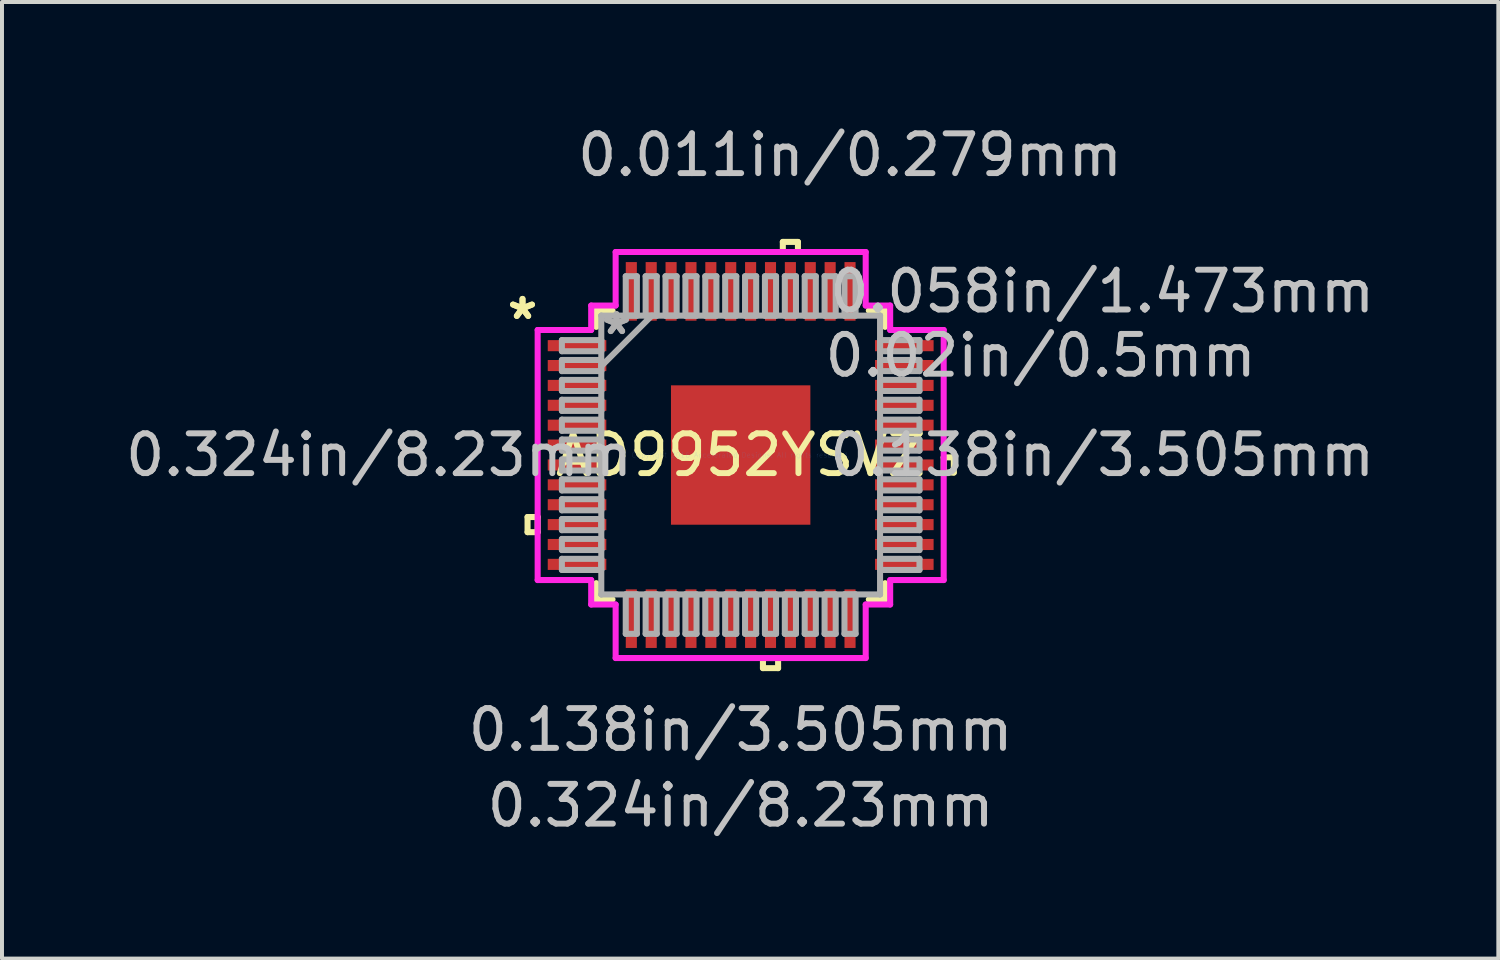
<source format=kicad_pcb>
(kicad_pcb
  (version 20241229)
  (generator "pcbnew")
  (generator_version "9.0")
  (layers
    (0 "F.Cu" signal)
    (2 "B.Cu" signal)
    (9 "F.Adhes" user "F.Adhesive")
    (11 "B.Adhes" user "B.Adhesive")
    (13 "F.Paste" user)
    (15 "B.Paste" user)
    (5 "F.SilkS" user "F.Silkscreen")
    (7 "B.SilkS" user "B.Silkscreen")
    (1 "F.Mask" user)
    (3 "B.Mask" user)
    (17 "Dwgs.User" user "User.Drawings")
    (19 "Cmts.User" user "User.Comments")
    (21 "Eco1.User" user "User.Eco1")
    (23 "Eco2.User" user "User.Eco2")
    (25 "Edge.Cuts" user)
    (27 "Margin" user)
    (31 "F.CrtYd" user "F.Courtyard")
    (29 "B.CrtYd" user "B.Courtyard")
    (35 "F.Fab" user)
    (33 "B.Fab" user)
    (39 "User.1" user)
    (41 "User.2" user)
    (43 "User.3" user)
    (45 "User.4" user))
  (footprint "AD9952YSVZ"
    (layer "F.Cu")
    (at 15.575 8.392)
    (property "Reference" "AD9952YSVZ" (at 0 0 0) (layer "F.SilkS") (effects (font (size 1 1) (thickness 0.15))))
    (attr through_hole)
    (fp_line (start -5.359 1.559) (end -5.359 1.94) (stroke (width 0.152) (type solid)) (layer "F.SilkS"))
    (fp_line (start -5.359 1.94) (end -5.105 1.94) (stroke (width 0.152) (type solid)) (layer "F.SilkS"))
    (fp_line (start -5.105 1.559) (end -5.359 1.559) (stroke (width 0.152) (type solid)) (layer "F.SilkS"))
    (fp_line (start -5.105 1.94) (end -5.105 1.559) (stroke (width 0.152) (type solid)) (layer "F.SilkS"))
    (fp_line (start -3.632 -3.632) (end -3.632 -3.222) (stroke (width 0.152) (type solid)) (layer "F.SilkS"))
    (fp_line (start -3.632 3.222) (end -3.632 3.632) (stroke (width 0.152) (type solid)) (layer "F.SilkS"))
    (fp_line (start -3.632 3.632) (end -3.222 3.632) (stroke (width 0.152) (type solid)) (layer "F.SilkS"))
    (fp_line (start -3.222 -3.632) (end -3.632 -3.632) (stroke (width 0.152) (type solid)) (layer "F.SilkS"))
    (fp_line (start 0.56 5.105) (end 0.56 5.359) (stroke (width 0.152) (type solid)) (layer "F.SilkS"))
    (fp_line (start 0.56 5.359) (end 0.941 5.359) (stroke (width 0.152) (type solid)) (layer "F.SilkS"))
    (fp_line (start 0.941 5.105) (end 0.56 5.105) (stroke (width 0.152) (type solid)) (layer "F.SilkS"))
    (fp_line (start 0.941 5.359) (end 0.941 5.105) (stroke (width 0.152) (type solid)) (layer "F.SilkS"))
    (fp_line (start 1.06 -5.359) (end 1.44 -5.359) (stroke (width 0.152) (type solid)) (layer "F.SilkS"))
    (fp_line (start 1.06 -5.105) (end 1.06 -5.359) (stroke (width 0.152) (type solid)) (layer "F.SilkS"))
    (fp_line (start 1.44 -5.359) (end 1.44 -5.105) (stroke (width 0.152) (type solid)) (layer "F.SilkS"))
    (fp_line (start 1.44 -5.105) (end 1.06 -5.105) (stroke (width 0.152) (type solid)) (layer "F.SilkS"))
    (fp_line (start 3.222 3.632) (end 3.632 3.632) (stroke (width 0.152) (type solid)) (layer "F.SilkS"))
    (fp_line (start 3.632 -3.632) (end 3.222 -3.632) (stroke (width 0.152) (type solid)) (layer "F.SilkS"))
    (fp_line (start 3.632 -3.222) (end 3.632 -3.632) (stroke (width 0.152) (type solid)) (layer "F.SilkS"))
    (fp_line (start 3.632 3.632) (end 3.632 3.222) (stroke (width 0.152) (type solid)) (layer "F.SilkS"))
    (fp_line (start 5.105 0.059) (end 5.359 0.059) (stroke (width 0.152) (type solid)) (layer "F.SilkS"))
    (fp_line (start 5.105 0.441) (end 5.105 0.059) (stroke (width 0.152) (type solid)) (layer "F.SilkS"))
    (fp_line (start 5.359 0.059) (end 5.359 0.441) (stroke (width 0.152) (type solid)) (layer "F.SilkS"))
    (fp_line (start 5.359 0.441) (end 5.105 0.441) (stroke (width 0.152) (type solid)) (layer "F.SilkS"))
    (fp_line (start -1.653 -1.653) (end -1.653 -0.1) (stroke (width 0.152) (type solid)) (layer "F.Paste"))
    (fp_line (start -1.653 -0.1) (end -0.1 -0.1) (stroke (width 0.152) (type solid)) (layer "F.Paste"))
    (fp_line (start -1.653 0.1) (end -1.653 1.653) (stroke (width 0.152) (type solid)) (layer "F.Paste"))
    (fp_line (start -1.653 1.653) (end -0.1 1.653) (stroke (width 0.152) (type solid)) (layer "F.Paste"))
    (fp_line (start -0.1 -1.653) (end -1.653 -1.653) (stroke (width 0.152) (type solid)) (layer "F.Paste"))
    (fp_line (start -0.1 -0.1) (end -0.1 -1.653) (stroke (width 0.152) (type solid)) (layer "F.Paste"))
    (fp_line (start -0.1 0.1) (end -1.653 0.1) (stroke (width 0.152) (type solid)) (layer "F.Paste"))
    (fp_line (start -0.1 1.653) (end -0.1 0.1) (stroke (width 0.152) (type solid)) (layer "F.Paste"))
    (fp_line (start 0.1 -1.653) (end 0.1 -0.1) (stroke (width 0.152) (type solid)) (layer "F.Paste"))
    (fp_line (start 0.1 -0.1) (end 1.653 -0.1) (stroke (width 0.152) (type solid)) (layer "F.Paste"))
    (fp_line (start 0.1 0.1) (end 0.1 1.653) (stroke (width 0.152) (type solid)) (layer "F.Paste"))
    (fp_line (start 0.1 1.653) (end 1.653 1.653) (stroke (width 0.152) (type solid)) (layer "F.Paste"))
    (fp_line (start 1.653 -1.653) (end 0.1 -1.653) (stroke (width 0.152) (type solid)) (layer "F.Paste"))
    (fp_line (start 1.653 -0.1) (end 1.653 -1.653) (stroke (width 0.152) (type solid)) (layer "F.Paste"))
    (fp_line (start 1.653 0.1) (end 0.1 0.1) (stroke (width 0.152) (type solid)) (layer "F.Paste"))
    (fp_line (start 1.653 1.653) (end 1.653 0.1) (stroke (width 0.152) (type solid)) (layer "F.Paste"))
    (fp_line (start -5.105 -3.144) (end -3.759 -3.144) (stroke (width 0.152) (type solid)) (layer "F.CrtYd"))
    (fp_line (start -5.105 3.144) (end -5.105 -3.144) (stroke (width 0.152) (type solid)) (layer "F.CrtYd"))
    (fp_line (start -3.759 -3.759) (end -3.144 -3.759) (stroke (width 0.152) (type solid)) (layer "F.CrtYd"))
    (fp_line (start -3.759 -3.144) (end -3.759 -3.759) (stroke (width 0.152) (type solid)) (layer "F.CrtYd"))
    (fp_line (start -3.759 3.144) (end -5.105 3.144) (stroke (width 0.152) (type solid)) (layer "F.CrtYd"))
    (fp_line (start -3.759 3.759) (end -3.759 3.144) (stroke (width 0.152) (type solid)) (layer "F.CrtYd"))
    (fp_line (start -3.144 -5.105) (end 3.144 -5.105) (stroke (width 0.152) (type solid)) (layer "F.CrtYd"))
    (fp_line (start -3.144 -3.759) (end -3.144 -5.105) (stroke (width 0.152) (type solid)) (layer "F.CrtYd"))
    (fp_line (start -3.144 3.759) (end -3.759 3.759) (stroke (width 0.152) (type solid)) (layer "F.CrtYd"))
    (fp_line (start -3.144 5.105) (end -3.144 3.759) (stroke (width 0.152) (type solid)) (layer "F.CrtYd"))
    (fp_line (start 3.144 -5.105) (end 3.144 -3.759) (stroke (width 0.152) (type solid)) (layer "F.CrtYd"))
    (fp_line (start 3.144 -3.759) (end 3.759 -3.759) (stroke (width 0.152) (type solid)) (layer "F.CrtYd"))
    (fp_line (start 3.144 3.759) (end 3.144 5.105) (stroke (width 0.152) (type solid)) (layer "F.CrtYd"))
    (fp_line (start 3.144 5.105) (end -3.144 5.105) (stroke (width 0.152) (type solid)) (layer "F.CrtYd"))
    (fp_line (start 3.759 -3.759) (end 3.759 -3.144) (stroke (width 0.152) (type solid)) (layer "F.CrtYd"))
    (fp_line (start 3.759 -3.144) (end 5.105 -3.144) (stroke (width 0.152) (type solid)) (layer "F.CrtYd"))
    (fp_line (start 3.759 3.144) (end 3.759 3.759) (stroke (width 0.152) (type solid)) (layer "F.CrtYd"))
    (fp_line (start 3.759 3.759) (end 3.144 3.759) (stroke (width 0.152) (type solid)) (layer "F.CrtYd"))
    (fp_line (start 5.105 -3.144) (end 5.105 3.144) (stroke (width 0.152) (type solid)) (layer "F.CrtYd"))
    (fp_line (start 5.105 3.144) (end 3.759 3.144) (stroke (width 0.152) (type solid)) (layer "F.CrtYd"))
    (fp_line (start -4.496 -2.89) (end -4.496 -2.61) (stroke (width 0.152) (type solid)) (layer "F.Fab"))
    (fp_line (start -4.496 -2.61) (end -3.505 -2.61) (stroke (width 0.152) (type solid)) (layer "F.Fab"))
    (fp_line (start -4.496 -2.39) (end -4.496 -2.11) (stroke (width 0.152) (type solid)) (layer "F.Fab"))
    (fp_line (start -4.496 -2.11) (end -3.505 -2.11) (stroke (width 0.152) (type solid)) (layer "F.Fab"))
    (fp_line (start -4.496 -1.89) (end -4.496 -1.61) (stroke (width 0.152) (type solid)) (layer "F.Fab"))
    (fp_line (start -4.496 -1.61) (end -3.505 -1.61) (stroke (width 0.152) (type solid)) (layer "F.Fab"))
    (fp_line (start -4.496 -1.39) (end -4.496 -1.11) (stroke (width 0.152) (type solid)) (layer "F.Fab"))
    (fp_line (start -4.496 -1.11) (end -3.505 -1.11) (stroke (width 0.152) (type solid)) (layer "F.Fab"))
    (fp_line (start -4.496 -0.89) (end -4.496 -0.61) (stroke (width 0.152) (type solid)) (layer "F.Fab"))
    (fp_line (start -4.496 -0.61) (end -3.505 -0.61) (stroke (width 0.152) (type solid)) (layer "F.Fab"))
    (fp_line (start -4.496 -0.39) (end -4.496 -0.11) (stroke (width 0.152) (type solid)) (layer "F.Fab"))
    (fp_line (start -4.496 -0.11) (end -3.505 -0.11) (stroke (width 0.152) (type solid)) (layer "F.Fab"))
    (fp_line (start -4.496 0.11) (end -4.496 0.39) (stroke (width 0.152) (type solid)) (layer "F.Fab"))
    (fp_line (start -4.496 0.39) (end -3.505 0.39) (stroke (width 0.152) (type solid)) (layer "F.Fab"))
    (fp_line (start -4.496 0.61) (end -4.496 0.89) (stroke (width 0.152) (type solid)) (layer "F.Fab"))
    (fp_line (start -4.496 0.89) (end -3.505 0.89) (stroke (width 0.152) (type solid)) (layer "F.Fab"))
    (fp_line (start -4.496 1.11) (end -4.496 1.39) (stroke (width 0.152) (type solid)) (layer "F.Fab"))
    (fp_line (start -4.496 1.39) (end -3.505 1.39) (stroke (width 0.152) (type solid)) (layer "F.Fab"))
    (fp_line (start -4.496 1.61) (end -4.496 1.89) (stroke (width 0.152) (type solid)) (layer "F.Fab"))
    (fp_line (start -4.496 1.89) (end -3.505 1.89) (stroke (width 0.152) (type solid)) (layer "F.Fab"))
    (fp_line (start -4.496 2.11) (end -4.496 2.39) (stroke (width 0.152) (type solid)) (layer "F.Fab"))
    (fp_line (start -4.496 2.39) (end -3.505 2.39) (stroke (width 0.152) (type solid)) (layer "F.Fab"))
    (fp_line (start -4.496 2.61) (end -4.496 2.89) (stroke (width 0.152) (type solid)) (layer "F.Fab"))
    (fp_line (start -4.496 2.89) (end -3.505 2.89) (stroke (width 0.152) (type solid)) (layer "F.Fab"))
    (fp_line (start -3.505 -3.505) (end -3.505 -3.505) (stroke (width 0.152) (type solid)) (layer "F.Fab"))
    (fp_line (start -3.505 -3.505) (end -3.505 3.505) (stroke (width 0.152) (type solid)) (layer "F.Fab"))
    (fp_line (start -3.505 -2.89) (end -4.496 -2.89) (stroke (width 0.152) (type solid)) (layer "F.Fab"))
    (fp_line (start -3.505 -2.61) (end -3.505 -2.89) (stroke (width 0.152) (type solid)) (layer "F.Fab"))
    (fp_line (start -3.505 -2.39) (end -4.496 -2.39) (stroke (width 0.152) (type solid)) (layer "F.Fab"))
    (fp_line (start -3.505 -2.235) (end -2.235 -3.505) (stroke (width 0.152) (type solid)) (layer "F.Fab"))
    (fp_line (start -3.505 -2.11) (end -3.505 -2.39) (stroke (width 0.152) (type solid)) (layer "F.Fab"))
    (fp_line (start -3.505 -1.89) (end -4.496 -1.89) (stroke (width 0.152) (type solid)) (layer "F.Fab"))
    (fp_line (start -3.505 -1.61) (end -3.505 -1.89) (stroke (width 0.152) (type solid)) (layer "F.Fab"))
    (fp_line (start -3.505 -1.39) (end -4.496 -1.39) (stroke (width 0.152) (type solid)) (layer "F.Fab"))
    (fp_line (start -3.505 -1.11) (end -3.505 -1.39) (stroke (width 0.152) (type solid)) (layer "F.Fab"))
    (fp_line (start -3.505 -0.89) (end -4.496 -0.89) (stroke (width 0.152) (type solid)) (layer "F.Fab"))
    (fp_line (start -3.505 -0.61) (end -3.505 -0.89) (stroke (width 0.152) (type solid)) (layer "F.Fab"))
    (fp_line (start -3.505 -0.39) (end -4.496 -0.39) (stroke (width 0.152) (type solid)) (layer "F.Fab"))
    (fp_line (start -3.505 -0.11) (end -3.505 -0.39) (stroke (width 0.152) (type solid)) (layer "F.Fab"))
    (fp_line (start -3.505 0.11) (end -4.496 0.11) (stroke (width 0.152) (type solid)) (layer "F.Fab"))
    (fp_line (start -3.505 0.39) (end -3.505 0.11) (stroke (width 0.152) (type solid)) (layer "F.Fab"))
    (fp_line (start -3.505 0.61) (end -4.496 0.61) (stroke (width 0.152) (type solid)) (layer "F.Fab"))
    (fp_line (start -3.505 0.89) (end -3.505 0.61) (stroke (width 0.152) (type solid)) (layer "F.Fab"))
    (fp_line (start -3.505 1.11) (end -4.496 1.11) (stroke (width 0.152) (type solid)) (layer "F.Fab"))
    (fp_line (start -3.505 1.39) (end -3.505 1.11) (stroke (width 0.152) (type solid)) (layer "F.Fab"))
    (fp_line (start -3.505 1.61) (end -4.496 1.61) (stroke (width 0.152) (type solid)) (layer "F.Fab"))
    (fp_line (start -3.505 1.89) (end -3.505 1.61) (stroke (width 0.152) (type solid)) (layer "F.Fab"))
    (fp_line (start -3.505 2.11) (end -4.496 2.11) (stroke (width 0.152) (type solid)) (layer "F.Fab"))
    (fp_line (start -3.505 2.39) (end -3.505 2.11) (stroke (width 0.152) (type solid)) (layer "F.Fab"))
    (fp_line (start -3.505 2.61) (end -4.496 2.61) (stroke (width 0.152) (type solid)) (layer "F.Fab"))
    (fp_line (start -3.505 2.89) (end -3.505 2.61) (stroke (width 0.152) (type solid)) (layer "F.Fab"))
    (fp_line (start -3.505 3.505) (end -3.505 3.505) (stroke (width 0.152) (type solid)) (layer "F.Fab"))
    (fp_line (start -3.505 3.505) (end 3.505 3.505) (stroke (width 0.152) (type solid)) (layer "F.Fab"))
    (fp_line (start -2.89 -4.496) (end -2.89 -3.505) (stroke (width 0.152) (type solid)) (layer "F.Fab"))
    (fp_line (start -2.89 -3.505) (end -2.61 -3.505) (stroke (width 0.152) (type solid)) (layer "F.Fab"))
    (fp_line (start -2.89 3.505) (end -2.89 4.496) (stroke (width 0.152) (type solid)) (layer "F.Fab"))
    (fp_line (start -2.89 4.496) (end -2.61 4.496) (stroke (width 0.152) (type solid)) (layer "F.Fab"))
    (fp_line (start -2.61 -4.496) (end -2.89 -4.496) (stroke (width 0.152) (type solid)) (layer "F.Fab"))
    (fp_line (start -2.61 -3.505) (end -2.61 -4.496) (stroke (width 0.152) (type solid)) (layer "F.Fab"))
    (fp_line (start -2.61 3.505) (end -2.89 3.505) (stroke (width 0.152) (type solid)) (layer "F.Fab"))
    (fp_line (start -2.61 4.496) (end -2.61 3.505) (stroke (width 0.152) (type solid)) (layer "F.Fab"))
    (fp_line (start -2.39 -4.496) (end -2.39 -3.505) (stroke (width 0.152) (type solid)) (layer "F.Fab"))
    (fp_line (start -2.39 -3.505) (end -2.11 -3.505) (stroke (width 0.152) (type solid)) (layer "F.Fab"))
    (fp_line (start -2.39 3.505) (end -2.39 4.496) (stroke (width 0.152) (type solid)) (layer "F.Fab"))
    (fp_line (start -2.39 4.496) (end -2.11 4.496) (stroke (width 0.152) (type solid)) (layer "F.Fab"))
    (fp_line (start -2.11 -4.496) (end -2.39 -4.496) (stroke (width 0.152) (type solid)) (layer "F.Fab"))
    (fp_line (start -2.11 -3.505) (end -2.11 -4.496) (stroke (width 0.152) (type solid)) (layer "F.Fab"))
    (fp_line (start -2.11 3.505) (end -2.39 3.505) (stroke (width 0.152) (type solid)) (layer "F.Fab"))
    (fp_line (start -2.11 4.496) (end -2.11 3.505) (stroke (width 0.152) (type solid)) (layer "F.Fab"))
    (fp_line (start -1.89 -4.496) (end -1.89 -3.505) (stroke (width 0.152) (type solid)) (layer "F.Fab"))
    (fp_line (start -1.89 -3.505) (end -1.61 -3.505) (stroke (width 0.152) (type solid)) (layer "F.Fab"))
    (fp_line (start -1.89 3.505) (end -1.89 4.496) (stroke (width 0.152) (type solid)) (layer "F.Fab"))
    (fp_line (start -1.89 4.496) (end -1.61 4.496) (stroke (width 0.152) (type solid)) (layer "F.Fab"))
    (fp_line (start -1.61 -4.496) (end -1.89 -4.496) (stroke (width 0.152) (type solid)) (layer "F.Fab"))
    (fp_line (start -1.61 -3.505) (end -1.61 -4.496) (stroke (width 0.152) (type solid)) (layer "F.Fab"))
    (fp_line (start -1.61 3.505) (end -1.89 3.505) (stroke (width 0.152) (type solid)) (layer "F.Fab"))
    (fp_line (start -1.61 4.496) (end -1.61 3.505) (stroke (width 0.152) (type solid)) (layer "F.Fab"))
    (fp_line (start -1.39 -4.496) (end -1.39 -3.505) (stroke (width 0.152) (type solid)) (layer "F.Fab"))
    (fp_line (start -1.39 -3.505) (end -1.11 -3.505) (stroke (width 0.152) (type solid)) (layer "F.Fab"))
    (fp_line (start -1.39 3.505) (end -1.39 4.496) (stroke (width 0.152) (type solid)) (layer "F.Fab"))
    (fp_line (start -1.39 4.496) (end -1.11 4.496) (stroke (width 0.152) (type solid)) (layer "F.Fab"))
    (fp_line (start -1.11 -4.496) (end -1.39 -4.496) (stroke (width 0.152) (type solid)) (layer "F.Fab"))
    (fp_line (start -1.11 -3.505) (end -1.11 -4.496) (stroke (width 0.152) (type solid)) (layer "F.Fab"))
    (fp_line (start -1.11 3.505) (end -1.39 3.505) (stroke (width 0.152) (type solid)) (layer "F.Fab"))
    (fp_line (start -1.11 4.496) (end -1.11 3.505) (stroke (width 0.152) (type solid)) (layer "F.Fab"))
    (fp_line (start -0.89 -4.496) (end -0.89 -3.505) (stroke (width 0.152) (type solid)) (layer "F.Fab"))
    (fp_line (start -0.89 -3.505) (end -0.61 -3.505) (stroke (width 0.152) (type solid)) (layer "F.Fab"))
    (fp_line (start -0.89 3.505) (end -0.89 4.496) (stroke (width 0.152) (type solid)) (layer "F.Fab"))
    (fp_line (start -0.89 4.496) (end -0.61 4.496) (stroke (width 0.152) (type solid)) (layer "F.Fab"))
    (fp_line (start -0.61 -4.496) (end -0.89 -4.496) (stroke (width 0.152) (type solid)) (layer "F.Fab"))
    (fp_line (start -0.61 -3.505) (end -0.61 -4.496) (stroke (width 0.152) (type solid)) (layer "F.Fab"))
    (fp_line (start -0.61 3.505) (end -0.89 3.505) (stroke (width 0.152) (type solid)) (layer "F.Fab"))
    (fp_line (start -0.61 4.496) (end -0.61 3.505) (stroke (width 0.152) (type solid)) (layer "F.Fab"))
    (fp_line (start -0.39 -4.496) (end -0.39 -3.505) (stroke (width 0.152) (type solid)) (layer "F.Fab"))
    (fp_line (start -0.39 -3.505) (end -0.11 -3.505) (stroke (width 0.152) (type solid)) (layer "F.Fab"))
    (fp_line (start -0.39 3.505) (end -0.39 4.496) (stroke (width 0.152) (type solid)) (layer "F.Fab"))
    (fp_line (start -0.39 4.496) (end -0.11 4.496) (stroke (width 0.152) (type solid)) (layer "F.Fab"))
    (fp_line (start -0.11 -4.496) (end -0.39 -4.496) (stroke (width 0.152) (type solid)) (layer "F.Fab"))
    (fp_line (start -0.11 -3.505) (end -0.11 -4.496) (stroke (width 0.152) (type solid)) (layer "F.Fab"))
    (fp_line (start -0.11 3.505) (end -0.39 3.505) (stroke (width 0.152) (type solid)) (layer "F.Fab"))
    (fp_line (start -0.11 4.496) (end -0.11 3.505) (stroke (width 0.152) (type solid)) (layer "F.Fab"))
    (fp_line (start 0.11 -4.496) (end 0.11 -3.505) (stroke (width 0.152) (type solid)) (layer "F.Fab"))
    (fp_line (start 0.11 -3.505) (end 0.39 -3.505) (stroke (width 0.152) (type solid)) (layer "F.Fab"))
    (fp_line (start 0.11 3.505) (end 0.11 4.496) (stroke (width 0.152) (type solid)) (layer "F.Fab"))
    (fp_line (start 0.11 4.496) (end 0.39 4.496) (stroke (width 0.152) (type solid)) (layer "F.Fab"))
    (fp_line (start 0.39 -4.496) (end 0.11 -4.496) (stroke (width 0.152) (type solid)) (layer "F.Fab"))
    (fp_line (start 0.39 -3.505) (end 0.39 -4.496) (stroke (width 0.152) (type solid)) (layer "F.Fab"))
    (fp_line (start 0.39 3.505) (end 0.11 3.505) (stroke (width 0.152) (type solid)) (layer "F.Fab"))
    (fp_line (start 0.39 4.496) (end 0.39 3.505) (stroke (width 0.152) (type solid)) (layer "F.Fab"))
    (fp_line (start 0.61 -4.496) (end 0.61 -3.505) (stroke (width 0.152) (type solid)) (layer "F.Fab"))
    (fp_line (start 0.61 -3.505) (end 0.89 -3.505) (stroke (width 0.152) (type solid)) (layer "F.Fab"))
    (fp_line (start 0.61 3.505) (end 0.61 4.496) (stroke (width 0.152) (type solid)) (layer "F.Fab"))
    (fp_line (start 0.61 4.496) (end 0.89 4.496) (stroke (width 0.152) (type solid)) (layer "F.Fab"))
    (fp_line (start 0.89 -4.496) (end 0.61 -4.496) (stroke (width 0.152) (type solid)) (layer "F.Fab"))
    (fp_line (start 0.89 -3.505) (end 0.89 -4.496) (stroke (width 0.152) (type solid)) (layer "F.Fab"))
    (fp_line (start 0.89 3.505) (end 0.61 3.505) (stroke (width 0.152) (type solid)) (layer "F.Fab"))
    (fp_line (start 0.89 4.496) (end 0.89 3.505) (stroke (width 0.152) (type solid)) (layer "F.Fab"))
    (fp_line (start 1.11 -4.496) (end 1.11 -3.505) (stroke (width 0.152) (type solid)) (layer "F.Fab"))
    (fp_line (start 1.11 -3.505) (end 1.39 -3.505) (stroke (width 0.152) (type solid)) (layer "F.Fab"))
    (fp_line (start 1.11 3.505) (end 1.11 4.496) (stroke (width 0.152) (type solid)) (layer "F.Fab"))
    (fp_line (start 1.11 4.496) (end 1.39 4.496) (stroke (width 0.152) (type solid)) (layer "F.Fab"))
    (fp_line (start 1.39 -4.496) (end 1.11 -4.496) (stroke (width 0.152) (type solid)) (layer "F.Fab"))
    (fp_line (start 1.39 -3.505) (end 1.39 -4.496) (stroke (width 0.152) (type solid)) (layer "F.Fab"))
    (fp_line (start 1.39 3.505) (end 1.11 3.505) (stroke (width 0.152) (type solid)) (layer "F.Fab"))
    (fp_line (start 1.39 4.496) (end 1.39 3.505) (stroke (width 0.152) (type solid)) (layer "F.Fab"))
    (fp_line (start 1.61 -4.496) (end 1.61 -3.505) (stroke (width 0.152) (type solid)) (layer "F.Fab"))
    (fp_line (start 1.61 -3.505) (end 1.89 -3.505) (stroke (width 0.152) (type solid)) (layer "F.Fab"))
    (fp_line (start 1.61 3.505) (end 1.61 4.496) (stroke (width 0.152) (type solid)) (layer "F.Fab"))
    (fp_line (start 1.61 4.496) (end 1.89 4.496) (stroke (width 0.152) (type solid)) (layer "F.Fab"))
    (fp_line (start 1.89 -4.496) (end 1.61 -4.496) (stroke (width 0.152) (type solid)) (layer "F.Fab"))
    (fp_line (start 1.89 -3.505) (end 1.89 -4.496) (stroke (width 0.152) (type solid)) (layer "F.Fab"))
    (fp_line (start 1.89 3.505) (end 1.61 3.505) (stroke (width 0.152) (type solid)) (layer "F.Fab"))
    (fp_line (start 1.89 4.496) (end 1.89 3.505) (stroke (width 0.152) (type solid)) (layer "F.Fab"))
    (fp_line (start 2.11 -4.496) (end 2.11 -3.505) (stroke (width 0.152) (type solid)) (layer "F.Fab"))
    (fp_line (start 2.11 -3.505) (end 2.39 -3.505) (stroke (width 0.152) (type solid)) (layer "F.Fab"))
    (fp_line (start 2.11 3.505) (end 2.11 4.496) (stroke (width 0.152) (type solid)) (layer "F.Fab"))
    (fp_line (start 2.11 4.496) (end 2.39 4.496) (stroke (width 0.152) (type solid)) (layer "F.Fab"))
    (fp_line (start 2.39 -4.496) (end 2.11 -4.496) (stroke (width 0.152) (type solid)) (layer "F.Fab"))
    (fp_line (start 2.39 -3.505) (end 2.39 -4.496) (stroke (width 0.152) (type solid)) (layer "F.Fab"))
    (fp_line (start 2.39 3.505) (end 2.11 3.505) (stroke (width 0.152) (type solid)) (layer "F.Fab"))
    (fp_line (start 2.39 4.496) (end 2.39 3.505) (stroke (width 0.152) (type solid)) (layer "F.Fab"))
    (fp_line (start 2.61 -4.496) (end 2.61 -3.505) (stroke (width 0.152) (type solid)) (layer "F.Fab"))
    (fp_line (start 2.61 -3.505) (end 2.89 -3.505) (stroke (width 0.152) (type solid)) (layer "F.Fab"))
    (fp_line (start 2.61 3.505) (end 2.61 4.496) (stroke (width 0.152) (type solid)) (layer "F.Fab"))
    (fp_line (start 2.61 4.496) (end 2.89 4.496) (stroke (width 0.152) (type solid)) (layer "F.Fab"))
    (fp_line (start 2.89 -4.496) (end 2.61 -4.496) (stroke (width 0.152) (type solid)) (layer "F.Fab"))
    (fp_line (start 2.89 -3.505) (end 2.89 -4.496) (stroke (width 0.152) (type solid)) (layer "F.Fab"))
    (fp_line (start 2.89 3.505) (end 2.61 3.505) (stroke (width 0.152) (type solid)) (layer "F.Fab"))
    (fp_line (start 2.89 4.496) (end 2.89 3.505) (stroke (width 0.152) (type solid)) (layer "F.Fab"))
    (fp_line (start 3.505 -3.505) (end -3.505 -3.505) (stroke (width 0.152) (type solid)) (layer "F.Fab"))
    (fp_line (start 3.505 -3.505) (end 3.505 -3.505) (stroke (width 0.152) (type solid)) (layer "F.Fab"))
    (fp_line (start 3.505 -2.89) (end 3.505 -2.61) (stroke (width 0.152) (type solid)) (layer "F.Fab"))
    (fp_line (start 3.505 -2.61) (end 4.496 -2.61) (stroke (width 0.152) (type solid)) (layer "F.Fab"))
    (fp_line (start 3.505 -2.39) (end 3.505 -2.11) (stroke (width 0.152) (type solid)) (layer "F.Fab"))
    (fp_line (start 3.505 -2.11) (end 4.496 -2.11) (stroke (width 0.152) (type solid)) (layer "F.Fab"))
    (fp_line (start 3.505 -1.89) (end 3.505 -1.61) (stroke (width 0.152) (type solid)) (layer "F.Fab"))
    (fp_line (start 3.505 -1.61) (end 4.496 -1.61) (stroke (width 0.152) (type solid)) (layer "F.Fab"))
    (fp_line (start 3.505 -1.39) (end 3.505 -1.11) (stroke (width 0.152) (type solid)) (layer "F.Fab"))
    (fp_line (start 3.505 -1.11) (end 4.496 -1.11) (stroke (width 0.152) (type solid)) (layer "F.Fab"))
    (fp_line (start 3.505 -0.89) (end 3.505 -0.61) (stroke (width 0.152) (type solid)) (layer "F.Fab"))
    (fp_line (start 3.505 -0.61) (end 4.496 -0.61) (stroke (width 0.152) (type solid)) (layer "F.Fab"))
    (fp_line (start 3.505 -0.39) (end 3.505 -0.11) (stroke (width 0.152) (type solid)) (layer "F.Fab"))
    (fp_line (start 3.505 -0.11) (end 4.496 -0.11) (stroke (width 0.152) (type solid)) (layer "F.Fab"))
    (fp_line (start 3.505 0.11) (end 3.505 0.39) (stroke (width 0.152) (type solid)) (layer "F.Fab"))
    (fp_line (start 3.505 0.39) (end 4.496 0.39) (stroke (width 0.152) (type solid)) (layer "F.Fab"))
    (fp_line (start 3.505 0.61) (end 3.505 0.89) (stroke (width 0.152) (type solid)) (layer "F.Fab"))
    (fp_line (start 3.505 0.89) (end 4.496 0.89) (stroke (width 0.152) (type solid)) (layer "F.Fab"))
    (fp_line (start 3.505 1.11) (end 3.505 1.39) (stroke (width 0.152) (type solid)) (layer "F.Fab"))
    (fp_line (start 3.505 1.39) (end 4.496 1.39) (stroke (width 0.152) (type solid)) (layer "F.Fab"))
    (fp_line (start 3.505 1.61) (end 3.505 1.89) (stroke (width 0.152) (type solid)) (layer "F.Fab"))
    (fp_line (start 3.505 1.89) (end 4.496 1.89) (stroke (width 0.152) (type solid)) (layer "F.Fab"))
    (fp_line (start 3.505 2.11) (end 3.505 2.39) (stroke (width 0.152) (type solid)) (layer "F.Fab"))
    (fp_line (start 3.505 2.39) (end 4.496 2.39) (stroke (width 0.152) (type solid)) (layer "F.Fab"))
    (fp_line (start 3.505 2.61) (end 3.505 2.89) (stroke (width 0.152) (type solid)) (layer "F.Fab"))
    (fp_line (start 3.505 2.89) (end 4.496 2.89) (stroke (width 0.152) (type solid)) (layer "F.Fab"))
    (fp_line (start 3.505 3.505) (end 3.505 -3.505) (stroke (width 0.152) (type solid)) (layer "F.Fab"))
    (fp_line (start 3.505 3.505) (end 3.505 3.505) (stroke (width 0.152) (type solid)) (layer "F.Fab"))
    (fp_line (start 4.496 -2.89) (end 3.505 -2.89) (stroke (width 0.152) (type solid)) (layer "F.Fab"))
    (fp_line (start 4.496 -2.61) (end 4.496 -2.89) (stroke (width 0.152) (type solid)) (layer "F.Fab"))
    (fp_line (start 4.496 -2.39) (end 3.505 -2.39) (stroke (width 0.152) (type solid)) (layer "F.Fab"))
    (fp_line (start 4.496 -2.11) (end 4.496 -2.39) (stroke (width 0.152) (type solid)) (layer "F.Fab"))
    (fp_line (start 4.496 -1.89) (end 3.505 -1.89) (stroke (width 0.152) (type solid)) (layer "F.Fab"))
    (fp_line (start 4.496 -1.61) (end 4.496 -1.89) (stroke (width 0.152) (type solid)) (layer "F.Fab"))
    (fp_line (start 4.496 -1.39) (end 3.505 -1.39) (stroke (width 0.152) (type solid)) (layer "F.Fab"))
    (fp_line (start 4.496 -1.11) (end 4.496 -1.39) (stroke (width 0.152) (type solid)) (layer "F.Fab"))
    (fp_line (start 4.496 -0.89) (end 3.505 -0.89) (stroke (width 0.152) (type solid)) (layer "F.Fab"))
    (fp_line (start 4.496 -0.61) (end 4.496 -0.89) (stroke (width 0.152) (type solid)) (layer "F.Fab"))
    (fp_line (start 4.496 -0.39) (end 3.505 -0.39) (stroke (width 0.152) (type solid)) (layer "F.Fab"))
    (fp_line (start 4.496 -0.11) (end 4.496 -0.39) (stroke (width 0.152) (type solid)) (layer "F.Fab"))
    (fp_line (start 4.496 0.11) (end 3.505 0.11) (stroke (width 0.152) (type solid)) (layer "F.Fab"))
    (fp_line (start 4.496 0.39) (end 4.496 0.11) (stroke (width 0.152) (type solid)) (layer "F.Fab"))
    (fp_line (start 4.496 0.61) (end 3.505 0.61) (stroke (width 0.152) (type solid)) (layer "F.Fab"))
    (fp_line (start 4.496 0.89) (end 4.496 0.61) (stroke (width 0.152) (type solid)) (layer "F.Fab"))
    (fp_line (start 4.496 1.11) (end 3.505 1.11) (stroke (width 0.152) (type solid)) (layer "F.Fab"))
    (fp_line (start 4.496 1.39) (end 4.496 1.11) (stroke (width 0.152) (type solid)) (layer "F.Fab"))
    (fp_line (start 4.496 1.61) (end 3.505 1.61) (stroke (width 0.152) (type solid)) (layer "F.Fab"))
    (fp_line (start 4.496 1.89) (end 4.496 1.61) (stroke (width 0.152) (type solid)) (layer "F.Fab"))
    (fp_line (start 4.496 2.11) (end 3.505 2.11) (stroke (width 0.152) (type solid)) (layer "F.Fab"))
    (fp_line (start 4.496 2.39) (end 4.496 2.11) (stroke (width 0.152) (type solid)) (layer "F.Fab"))
    (fp_line (start 4.496 2.61) (end 3.505 2.61) (stroke (width 0.152) (type solid)) (layer "F.Fab"))
    (fp_line (start 4.496 2.89) (end 4.496 2.61) (stroke (width 0.152) (type solid)) (layer "F.Fab"))
    (fp_text user "*" (at -5.486 -3.381 0) (layer "F.SilkS") (effects (font (size 1 1) (thickness 0.15))))
    (fp_text user "*" (at -5.486 -3.381 0) (layer "F.SilkS") (effects (font (size 1 1) (thickness 0.15))))
    (fp_text user "0.02in/0.5mm" (at 7.544 -2.5 0) (layer "Dwgs.User") (effects (font (size 1 1) (thickness 0.15))))
    (fp_text user "0.138in/3.505mm" (at 0 6.909 0) (layer "Dwgs.User") (effects (font (size 1 1) (thickness 0.15))))
    (fp_text user "0.058in/1.473mm" (at 9.093 -4.115 0) (layer "Dwgs.User") (effects (font (size 1 1) (thickness 0.15))))
    (fp_text user "0.011in/0.279mm" (at 2.75 -7.544 0) (layer "Dwgs.User") (effects (font (size 1 1) (thickness 0.15))))
    (fp_text user "0.138in/3.505mm" (at 9.093 0 0) (layer "Dwgs.User") (effects (font (size 1 1) (thickness 0.15))))
    (fp_text user "0.324in/8.23mm" (at -9.093 0 0) (layer "Dwgs.User") (effects (font (size 1 1) (thickness 0.15))))
    (fp_text user "0.324in/8.23mm" (at 0 8.814 0) (layer "Dwgs.User") (effects (font (size 1 1) (thickness 0.15))))
    (fp_text user "Copyright 2016 Accelerated Designs. All rights reserved." (at 0 0 0) (layer "Cmts.User") (effects (font (size 0.127 0.127) (thickness 0.002))))
    (fp_text user "*" (at -3.124 -3 0) (layer "F.Fab") (effects (font (size 1 1) (thickness 0.15))))
    (fp_text user "*" (at -3.124 -3 0) (layer "F.Fab") (effects (font (size 1 1) (thickness 0.15))))
    (pad "1" smd rect (at -4.115 -2.75 90) (size 0.279 1.473) (layers "F.Cu" "F.Mask" "F.Paste"))
    (pad "2" smd rect (at -4.115 -2.25 90) (size 0.279 1.473) (layers "F.Cu" "F.Mask" "F.Paste"))
    (pad "3" smd rect (at -4.115 -1.75 90) (size 0.279 1.473) (layers "F.Cu" "F.Mask" "F.Paste"))
    (pad "4" smd rect (at -4.115 -1.25 90) (size 0.279 1.473) (layers "F.Cu" "F.Mask" "F.Paste"))
    (pad "5" smd rect (at -4.115 -0.75 90) (size 0.279 1.473) (layers "F.Cu" "F.Mask" "F.Paste"))
    (pad "6" smd rect (at -4.115 -0.25 90) (size 0.279 1.473) (layers "F.Cu" "F.Mask" "F.Paste"))
    (pad "7" smd rect (at -4.115 0.25 90) (size 0.279 1.473) (layers "F.Cu" "F.Mask" "F.Paste"))
    (pad "8" smd rect (at -4.115 0.75 90) (size 0.279 1.473) (layers "F.Cu" "F.Mask" "F.Paste"))
    (pad "9" smd rect (at -4.115 1.25 90) (size 0.279 1.473) (layers "F.Cu" "F.Mask" "F.Paste"))
    (pad "10" smd rect (at -4.115 1.75 90) (size 0.279 1.473) (layers "F.Cu" "F.Mask" "F.Paste"))
    (pad "11" smd rect (at -4.115 2.25 90) (size 0.279 1.473) (layers "F.Cu" "F.Mask" "F.Paste"))
    (pad "12" smd rect (at -4.115 2.75 90) (size 0.279 1.473) (layers "F.Cu" "F.Mask" "F.Paste"))
    (pad "13" smd rect (at -2.75 4.115) (size 0.279 1.473) (layers "F.Cu" "F.Mask" "F.Paste"))
    (pad "14" smd rect (at -2.25 4.115) (size 0.279 1.473) (layers "F.Cu" "F.Mask" "F.Paste"))
    (pad "15" smd rect (at -1.75 4.115) (size 0.279 1.473) (layers "F.Cu" "F.Mask" "F.Paste"))
    (pad "16" smd rect (at -1.25 4.115) (size 0.279 1.473) (layers "F.Cu" "F.Mask" "F.Paste"))
    (pad "17" smd rect (at -0.75 4.115) (size 0.279 1.473) (layers "F.Cu" "F.Mask" "F.Paste"))
    (pad "18" smd rect (at -0.25 4.115) (size 0.279 1.473) (layers "F.Cu" "F.Mask" "F.Paste"))
    (pad "19" smd rect (at 0.25 4.115) (size 0.279 1.473) (layers "F.Cu" "F.Mask" "F.Paste"))
    (pad "20" smd rect (at 0.75 4.115) (size 0.279 1.473) (layers "F.Cu" "F.Mask" "F.Paste"))
    (pad "21" smd rect (at 1.25 4.115) (size 0.279 1.473) (layers "F.Cu" "F.Mask" "F.Paste"))
    (pad "22" smd rect (at 1.75 4.115) (size 0.279 1.473) (layers "F.Cu" "F.Mask" "F.Paste"))
    (pad "23" smd rect (at 2.25 4.115) (size 0.279 1.473) (layers "F.Cu" "F.Mask" "F.Paste"))
    (pad "24" smd rect (at 2.75 4.115) (size 0.279 1.473) (layers "F.Cu" "F.Mask" "F.Paste"))
    (pad "25" smd rect (at 4.115 2.75 90) (size 0.279 1.473) (layers "F.Cu" "F.Mask" "F.Paste"))
    (pad "26" smd rect (at 4.115 2.25 90) (size 0.279 1.473) (layers "F.Cu" "F.Mask" "F.Paste"))
    (pad "27" smd rect (at 4.115 1.75 90) (size 0.279 1.473) (layers "F.Cu" "F.Mask" "F.Paste"))
    (pad "28" smd rect (at 4.115 1.25 90) (size 0.279 1.473) (layers "F.Cu" "F.Mask" "F.Paste"))
    (pad "29" smd rect (at 4.115 0.75 90) (size 0.279 1.473) (layers "F.Cu" "F.Mask" "F.Paste"))
    (pad "30" smd rect (at 4.115 0.25 90) (size 0.279 1.473) (layers "F.Cu" "F.Mask" "F.Paste"))
    (pad "31" smd rect (at 4.115 -0.25 90) (size 0.279 1.473) (layers "F.Cu" "F.Mask" "F.Paste"))
    (pad "32" smd rect (at 4.115 -0.75 90) (size 0.279 1.473) (layers "F.Cu" "F.Mask" "F.Paste"))
    (pad "33" smd rect (at 4.115 -1.25 90) (size 0.279 1.473) (layers "F.Cu" "F.Mask" "F.Paste"))
    (pad "34" smd rect (at 4.115 -1.75 90) (size 0.279 1.473) (layers "F.Cu" "F.Mask" "F.Paste"))
    (pad "35" smd rect (at 4.115 -2.25 90) (size 0.279 1.473) (layers "F.Cu" "F.Mask" "F.Paste"))
    (pad "36" smd rect (at 4.115 -2.75 90) (size 0.279 1.473) (layers "F.Cu" "F.Mask" "F.Paste"))
    (pad "37" smd rect (at 2.75 -4.115) (size 0.279 1.473) (layers "F.Cu" "F.Mask" "F.Paste"))
    (pad "38" smd rect (at 2.25 -4.115) (size 0.279 1.473) (layers "F.Cu" "F.Mask" "F.Paste"))
    (pad "39" smd rect (at 1.75 -4.115) (size 0.279 1.473) (layers "F.Cu" "F.Mask" "F.Paste"))
    (pad "40" smd rect (at 1.25 -4.115) (size 0.279 1.473) (layers "F.Cu" "F.Mask" "F.Paste"))
    (pad "41" smd rect (at 0.75 -4.115) (size 0.279 1.473) (layers "F.Cu" "F.Mask" "F.Paste"))
    (pad "42" smd rect (at 0.25 -4.115) (size 0.279 1.473) (layers "F.Cu" "F.Mask" "F.Paste"))
    (pad "43" smd rect (at -0.25 -4.115) (size 0.279 1.473) (layers "F.Cu" "F.Mask" "F.Paste"))
    (pad "44" smd rect (at -0.75 -4.115) (size 0.279 1.473) (layers "F.Cu" "F.Mask" "F.Paste"))
    (pad "45" smd rect (at -1.25 -4.115) (size 0.279 1.473) (layers "F.Cu" "F.Mask" "F.Paste"))
    (pad "46" smd rect (at -1.75 -4.115) (size 0.279 1.473) (layers "F.Cu" "F.Mask" "F.Paste"))
    (pad "47" smd rect (at -2.25 -4.115) (size 0.279 1.473) (layers "F.Cu" "F.Mask" "F.Paste"))
    (pad "48" smd rect (at -2.75 -4.115) (size 0.279 1.473) (layers "F.Cu" "F.Mask" "F.Paste"))
    (pad "EPAD" smd rect (at 0 0) (size 3.505 3.505) (layers "F.Cu" "F.Mask" "F.Paste")))
  (gr_rect
    (start -3 -3)
    (end 34.627 21.054)
    (stroke (width 0.1) (type default))
    (fill no)
    (layer "Edge.Cuts")))
</source>
